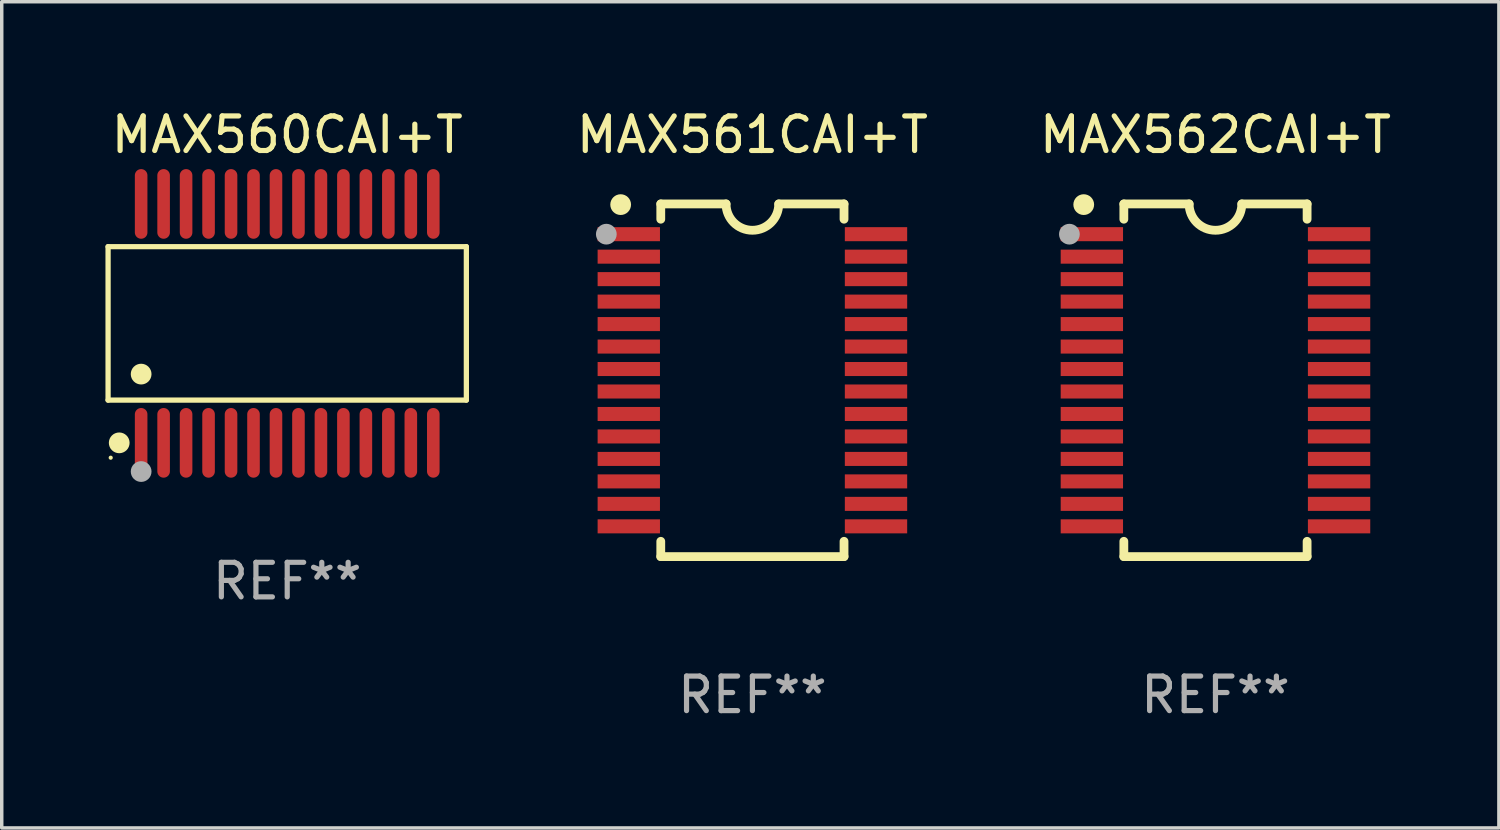
<source format=kicad_pcb>
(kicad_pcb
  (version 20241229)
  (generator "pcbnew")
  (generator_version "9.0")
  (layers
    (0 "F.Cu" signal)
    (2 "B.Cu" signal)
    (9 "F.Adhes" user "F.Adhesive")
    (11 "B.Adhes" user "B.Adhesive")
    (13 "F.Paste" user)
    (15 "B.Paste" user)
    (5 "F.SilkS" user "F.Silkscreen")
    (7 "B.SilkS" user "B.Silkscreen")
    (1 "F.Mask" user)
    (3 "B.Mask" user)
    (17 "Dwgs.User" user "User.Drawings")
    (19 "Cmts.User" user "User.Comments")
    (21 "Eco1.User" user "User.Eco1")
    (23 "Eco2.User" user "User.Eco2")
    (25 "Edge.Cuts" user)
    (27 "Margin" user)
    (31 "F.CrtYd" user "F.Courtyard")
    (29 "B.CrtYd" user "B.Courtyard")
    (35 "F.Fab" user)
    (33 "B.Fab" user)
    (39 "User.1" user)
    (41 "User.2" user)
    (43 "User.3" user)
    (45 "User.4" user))
  (footprint "MAX561CAI+T"
    (layer "F.Cu")
    (at 18.711 7.948)
    (property "Reference" "MAX561CAI+T" (at 0 -7.1 0) (layer "F.SilkS") (effects (font (size 1 1) (thickness 0.15))))
    (attr through_hole)
    (fp_line (start -2.65 -5.1) (end -0.762 -5.1) (stroke (width 0.254) (type solid)) (layer "F.SilkS"))
    (fp_line (start -2.65 -4.658) (end -2.65 -5.1) (stroke (width 0.254) (type solid)) (layer "F.SilkS"))
    (fp_line (start -2.65 5.1) (end -2.65 4.658) (stroke (width 0.254) (type solid)) (layer "F.SilkS"))
    (fp_line (start -2.65 5.1) (end 2.65 5.1) (stroke (width 0.254) (type solid)) (layer "F.SilkS"))
    (fp_line (start 2.65 -5.1) (end 0.762 -5.1) (stroke (width 0.254) (type solid)) (layer "F.SilkS"))
    (fp_line (start 2.65 -5.1) (end 2.65 -4.658) (stroke (width 0.254) (type solid)) (layer "F.SilkS"))
    (fp_line (start 2.65 4.658) (end 2.65 5.1) (stroke (width 0.254) (type solid)) (layer "F.SilkS"))
    (fp_arc (start 0.761925 -5.1) (mid -0.000241 -4.338329) (end -0.762077 -5.10033) (stroke (width 0.254001) (type solid)) (layer "F.SilkS"))
    (fp_circle (center -3.858 -5.07) (end -3.828 -5.07) (stroke (width 0.06) (type solid)) (fill no) (layer "F.SilkS"))
    (fp_circle (center -3.81 -5.08) (end -3.66 -5.08) (stroke (width 0.3) (type solid)) (fill no) (layer "F.SilkS"))
    (fp_circle (center -4.225 -4.225) (end -4.075 -4.225) (stroke (width 0.3) (type solid)) (fill no) (layer "F.Fab"))
    (fp_text user "REF**" (at 0 9.1 0) (layer "F.Fab") (effects (font (size 1 1) (thickness 0.15))))
    (pad "1" smd rect (at -3.575 -4.225) (size 1.803 0.406) (layers "F.Cu" "F.Mask" "F.Paste"))
    (pad "2" smd rect (at -3.575 -3.575) (size 1.803 0.406) (layers "F.Cu" "F.Mask" "F.Paste"))
    (pad "3" smd rect (at -3.575 -2.925) (size 1.803 0.406) (layers "F.Cu" "F.Mask" "F.Paste"))
    (pad "4" smd rect (at -3.575 -2.275) (size 1.803 0.406) (layers "F.Cu" "F.Mask" "F.Paste"))
    (pad "5" smd rect (at -3.575 -1.625) (size 1.803 0.406) (layers "F.Cu" "F.Mask" "F.Paste"))
    (pad "6" smd rect (at -3.575 -0.975) (size 1.803 0.406) (layers "F.Cu" "F.Mask" "F.Paste"))
    (pad "7" smd rect (at -3.575 -0.325) (size 1.803 0.406) (layers "F.Cu" "F.Mask" "F.Paste"))
    (pad "8" smd rect (at -3.575 0.325) (size 1.803 0.406) (layers "F.Cu" "F.Mask" "F.Paste"))
    (pad "9" smd rect (at -3.575 0.975) (size 1.803 0.406) (layers "F.Cu" "F.Mask" "F.Paste"))
    (pad "10" smd rect (at -3.575 1.625) (size 1.803 0.406) (layers "F.Cu" "F.Mask" "F.Paste"))
    (pad "11" smd rect (at -3.575 2.275) (size 1.803 0.406) (layers "F.Cu" "F.Mask" "F.Paste"))
    (pad "12" smd rect (at -3.575 2.925) (size 1.803 0.406) (layers "F.Cu" "F.Mask" "F.Paste"))
    (pad "13" smd rect (at -3.575 3.575) (size 1.803 0.406) (layers "F.Cu" "F.Mask" "F.Paste"))
    (pad "14" smd rect (at -3.575 4.225) (size 1.803 0.406) (layers "F.Cu" "F.Mask" "F.Paste"))
    (pad "15" smd rect (at 3.575 4.225) (size 1.803 0.406) (layers "F.Cu" "F.Mask" "F.Paste"))
    (pad "16" smd rect (at 3.575 3.575) (size 1.803 0.406) (layers "F.Cu" "F.Mask" "F.Paste"))
    (pad "17" smd rect (at 3.575 2.925) (size 1.803 0.406) (layers "F.Cu" "F.Mask" "F.Paste"))
    (pad "18" smd rect (at 3.575 2.275) (size 1.803 0.406) (layers "F.Cu" "F.Mask" "F.Paste"))
    (pad "19" smd rect (at 3.575 1.625) (size 1.803 0.406) (layers "F.Cu" "F.Mask" "F.Paste"))
    (pad "20" smd rect (at 3.575 0.975) (size 1.803 0.406) (layers "F.Cu" "F.Mask" "F.Paste"))
    (pad "21" smd rect (at 3.575 0.325) (size 1.803 0.406) (layers "F.Cu" "F.Mask" "F.Paste"))
    (pad "22" smd rect (at 3.575 -0.325) (size 1.803 0.406) (layers "F.Cu" "F.Mask" "F.Paste"))
    (pad "23" smd rect (at 3.575 -0.975) (size 1.803 0.406) (layers "F.Cu" "F.Mask" "F.Paste"))
    (pad "24" smd rect (at 3.575 -1.625) (size 1.803 0.406) (layers "F.Cu" "F.Mask" "F.Paste"))
    (pad "25" smd rect (at 3.575 -2.275) (size 1.803 0.406) (layers "F.Cu" "F.Mask" "F.Paste"))
    (pad "26" smd rect (at 3.575 -2.925) (size 1.803 0.406) (layers "F.Cu" "F.Mask" "F.Paste"))
    (pad "27" smd rect (at 3.575 -3.575) (size 1.803 0.406) (layers "F.Cu" "F.Mask" "F.Paste"))
    (pad "28" smd rect (at 3.575 -4.225) (size 1.803 0.406) (layers "F.Cu" "F.Mask" "F.Paste")))
  (footprint "MAX562CAI+T"
    (layer "F.Cu")
    (at 32.104 7.948)
    (property "Reference" "MAX562CAI+T" (at 0 -7.1 0) (layer "F.SilkS") (effects (font (size 1 1) (thickness 0.15))))
    (attr through_hole)
    (fp_line (start -2.65 -5.1) (end -0.762 -5.1) (stroke (width 0.254) (type solid)) (layer "F.SilkS"))
    (fp_line (start -2.65 -4.658) (end -2.65 -5.1) (stroke (width 0.254) (type solid)) (layer "F.SilkS"))
    (fp_line (start -2.65 5.1) (end -2.65 4.658) (stroke (width 0.254) (type solid)) (layer "F.SilkS"))
    (fp_line (start -2.65 5.1) (end 2.65 5.1) (stroke (width 0.254) (type solid)) (layer "F.SilkS"))
    (fp_line (start 2.65 -5.1) (end 0.762 -5.1) (stroke (width 0.254) (type solid)) (layer "F.SilkS"))
    (fp_line (start 2.65 -5.1) (end 2.65 -4.658) (stroke (width 0.254) (type solid)) (layer "F.SilkS"))
    (fp_line (start 2.65 4.658) (end 2.65 5.1) (stroke (width 0.254) (type solid)) (layer "F.SilkS"))
    (fp_arc (start 0.761925 -5.1) (mid -0.000241 -4.338329) (end -0.762077 -5.10033) (stroke (width 0.254001) (type solid)) (layer "F.SilkS"))
    (fp_circle (center -3.858 -5.07) (end -3.828 -5.07) (stroke (width 0.06) (type solid)) (fill no) (layer "F.SilkS"))
    (fp_circle (center -3.81 -5.08) (end -3.66 -5.08) (stroke (width 0.3) (type solid)) (fill no) (layer "F.SilkS"))
    (fp_circle (center -4.225 -4.225) (end -4.075 -4.225) (stroke (width 0.3) (type solid)) (fill no) (layer "F.Fab"))
    (fp_text user "REF**" (at 0 9.1 0) (layer "F.Fab") (effects (font (size 1 1) (thickness 0.15))))
    (pad "1" smd rect (at -3.575 -4.225) (size 1.803 0.406) (layers "F.Cu" "F.Mask" "F.Paste"))
    (pad "2" smd rect (at -3.575 -3.575) (size 1.803 0.406) (layers "F.Cu" "F.Mask" "F.Paste"))
    (pad "3" smd rect (at -3.575 -2.925) (size 1.803 0.406) (layers "F.Cu" "F.Mask" "F.Paste"))
    (pad "4" smd rect (at -3.575 -2.275) (size 1.803 0.406) (layers "F.Cu" "F.Mask" "F.Paste"))
    (pad "5" smd rect (at -3.575 -1.625) (size 1.803 0.406) (layers "F.Cu" "F.Mask" "F.Paste"))
    (pad "6" smd rect (at -3.575 -0.975) (size 1.803 0.406) (layers "F.Cu" "F.Mask" "F.Paste"))
    (pad "7" smd rect (at -3.575 -0.325) (size 1.803 0.406) (layers "F.Cu" "F.Mask" "F.Paste"))
    (pad "8" smd rect (at -3.575 0.325) (size 1.803 0.406) (layers "F.Cu" "F.Mask" "F.Paste"))
    (pad "9" smd rect (at -3.575 0.975) (size 1.803 0.406) (layers "F.Cu" "F.Mask" "F.Paste"))
    (pad "10" smd rect (at -3.575 1.625) (size 1.803 0.406) (layers "F.Cu" "F.Mask" "F.Paste"))
    (pad "11" smd rect (at -3.575 2.275) (size 1.803 0.406) (layers "F.Cu" "F.Mask" "F.Paste"))
    (pad "12" smd rect (at -3.575 2.925) (size 1.803 0.406) (layers "F.Cu" "F.Mask" "F.Paste"))
    (pad "13" smd rect (at -3.575 3.575) (size 1.803 0.406) (layers "F.Cu" "F.Mask" "F.Paste"))
    (pad "14" smd rect (at -3.575 4.225) (size 1.803 0.406) (layers "F.Cu" "F.Mask" "F.Paste"))
    (pad "15" smd rect (at 3.575 4.225) (size 1.803 0.406) (layers "F.Cu" "F.Mask" "F.Paste"))
    (pad "16" smd rect (at 3.575 3.575) (size 1.803 0.406) (layers "F.Cu" "F.Mask" "F.Paste"))
    (pad "17" smd rect (at 3.575 2.925) (size 1.803 0.406) (layers "F.Cu" "F.Mask" "F.Paste"))
    (pad "18" smd rect (at 3.575 2.275) (size 1.803 0.406) (layers "F.Cu" "F.Mask" "F.Paste"))
    (pad "19" smd rect (at 3.575 1.625) (size 1.803 0.406) (layers "F.Cu" "F.Mask" "F.Paste"))
    (pad "20" smd rect (at 3.575 0.975) (size 1.803 0.406) (layers "F.Cu" "F.Mask" "F.Paste"))
    (pad "21" smd rect (at 3.575 0.325) (size 1.803 0.406) (layers "F.Cu" "F.Mask" "F.Paste"))
    (pad "22" smd rect (at 3.575 -0.325) (size 1.803 0.406) (layers "F.Cu" "F.Mask" "F.Paste"))
    (pad "23" smd rect (at 3.575 -0.975) (size 1.803 0.406) (layers "F.Cu" "F.Mask" "F.Paste"))
    (pad "24" smd rect (at 3.575 -1.625) (size 1.803 0.406) (layers "F.Cu" "F.Mask" "F.Paste"))
    (pad "25" smd rect (at 3.575 -2.275) (size 1.803 0.406) (layers "F.Cu" "F.Mask" "F.Paste"))
    (pad "26" smd rect (at 3.575 -2.925) (size 1.803 0.406) (layers "F.Cu" "F.Mask" "F.Paste"))
    (pad "27" smd rect (at 3.575 -3.575) (size 1.803 0.406) (layers "F.Cu" "F.Mask" "F.Paste"))
    (pad "28" smd rect (at 3.575 -4.225) (size 1.803 0.406) (layers "F.Cu" "F.Mask" "F.Paste")))
  (footprint "MAX560CAI+T"
    (layer "F.Cu")
    (at 5.257 6.303)
    (property "Reference" "MAX560CAI+T" (at 0 -5.455 0) (layer "F.SilkS") (effects (font (size 1 1) (thickness 0.15))))
    (attr through_hole)
    (fp_line (start -5.181 -2.219) (end 5.181 -2.219) (stroke (width 0.152) (type solid)) (layer "F.SilkS"))
    (fp_line (start -5.181 2.219) (end -5.181 -2.219) (stroke (width 0.152) (type solid)) (layer "F.SilkS"))
    (fp_line (start 5.181 -2.219) (end 5.181 2.219) (stroke (width 0.152) (type solid)) (layer "F.SilkS"))
    (fp_line (start 5.181 2.219) (end -5.181 2.219) (stroke (width 0.152) (type solid)) (layer "F.SilkS"))
    (fp_circle (center -5.105 3.885) (end -5.075 3.885) (stroke (width 0.06) (type solid)) (fill no) (layer "F.SilkS"))
    (fp_circle (center -4.859 3.455) (end -4.709 3.455) (stroke (width 0.3) (type solid)) (fill no) (layer "F.SilkS"))
    (fp_circle (center -4.225 1.467) (end -4.075 1.467) (stroke (width 0.3) (type solid)) (fill no) (layer "F.SilkS"))
    (fp_circle (center -4.225 4.285) (end -4.075 4.285) (stroke (width 0.3) (type solid)) (fill no) (layer "F.Fab"))
    (fp_text user "REF**" (at 0 7.455 0) (layer "F.Fab") (effects (font (size 1 1) (thickness 0.15))))
    (pad "1" smd oval (at -4.225 3.455) (size 0.364 2.015) (layers "F.Cu" "F.Mask" "F.Paste"))
    (pad "2" smd oval (at -3.575 3.455) (size 0.364 2.015) (layers "F.Cu" "F.Mask" "F.Paste"))
    (pad "3" smd oval (at -2.925 3.455) (size 0.364 2.015) (layers "F.Cu" "F.Mask" "F.Paste"))
    (pad "4" smd oval (at -2.275 3.455) (size 0.364 2.015) (layers "F.Cu" "F.Mask" "F.Paste"))
    (pad "5" smd oval (at -1.625 3.455) (size 0.364 2.015) (layers "F.Cu" "F.Mask" "F.Paste"))
    (pad "6" smd oval (at -0.975 3.455) (size 0.364 2.015) (layers "F.Cu" "F.Mask" "F.Paste"))
    (pad "7" smd oval (at -0.325 3.455) (size 0.364 2.015) (layers "F.Cu" "F.Mask" "F.Paste"))
    (pad "8" smd oval (at 0.325 3.455) (size 0.364 2.015) (layers "F.Cu" "F.Mask" "F.Paste"))
    (pad "9" smd oval (at 0.975 3.455) (size 0.364 2.015) (layers "F.Cu" "F.Mask" "F.Paste"))
    (pad "10" smd oval (at 1.625 3.455) (size 0.364 2.015) (layers "F.Cu" "F.Mask" "F.Paste"))
    (pad "11" smd oval (at 2.275 3.455) (size 0.364 2.015) (layers "F.Cu" "F.Mask" "F.Paste"))
    (pad "12" smd oval (at 2.925 3.455) (size 0.364 2.015) (layers "F.Cu" "F.Mask" "F.Paste"))
    (pad "13" smd oval (at 3.575 3.455) (size 0.364 2.015) (layers "F.Cu" "F.Mask" "F.Paste"))
    (pad "14" smd oval (at 4.225 3.455) (size 0.364 2.015) (layers "F.Cu" "F.Mask" "F.Paste"))
    (pad "15" smd oval (at 4.225 -3.455) (size 0.364 2.015) (layers "F.Cu" "F.Mask" "F.Paste"))
    (pad "16" smd oval (at 3.575 -3.455) (size 0.364 2.015) (layers "F.Cu" "F.Mask" "F.Paste"))
    (pad "17" smd oval (at 2.925 -3.455) (size 0.364 2.015) (layers "F.Cu" "F.Mask" "F.Paste"))
    (pad "18" smd oval (at 2.275 -3.455) (size 0.364 2.015) (layers "F.Cu" "F.Mask" "F.Paste"))
    (pad "19" smd oval (at 1.625 -3.455) (size 0.364 2.015) (layers "F.Cu" "F.Mask" "F.Paste"))
    (pad "20" smd oval (at 0.975 -3.455) (size 0.364 2.015) (layers "F.Cu" "F.Mask" "F.Paste"))
    (pad "21" smd oval (at 0.325 -3.455) (size 0.364 2.015) (layers "F.Cu" "F.Mask" "F.Paste"))
    (pad "22" smd oval (at -0.325 -3.455) (size 0.364 2.015) (layers "F.Cu" "F.Mask" "F.Paste"))
    (pad "23" smd oval (at -0.975 -3.455) (size 0.364 2.015) (layers "F.Cu" "F.Mask" "F.Paste"))
    (pad "24" smd oval (at -1.625 -3.455) (size 0.364 2.015) (layers "F.Cu" "F.Mask" "F.Paste"))
    (pad "25" smd oval (at -2.275 -3.455) (size 0.364 2.015) (layers "F.Cu" "F.Mask" "F.Paste"))
    (pad "26" smd oval (at -2.925 -3.455) (size 0.364 2.015) (layers "F.Cu" "F.Mask" "F.Paste"))
    (pad "27" smd oval (at -3.575 -3.455) (size 0.364 2.015) (layers "F.Cu" "F.Mask" "F.Paste"))
    (pad "28" smd oval (at -4.225 -3.455) (size 0.364 2.015) (layers "F.Cu" "F.Mask" "F.Paste")))
  (gr_rect
    (start -3 -3)
    (end 40.301 20.896)
    (stroke (width 0.1) (type default))
    (fill no)
    (layer "Edge.Cuts")))
</source>
